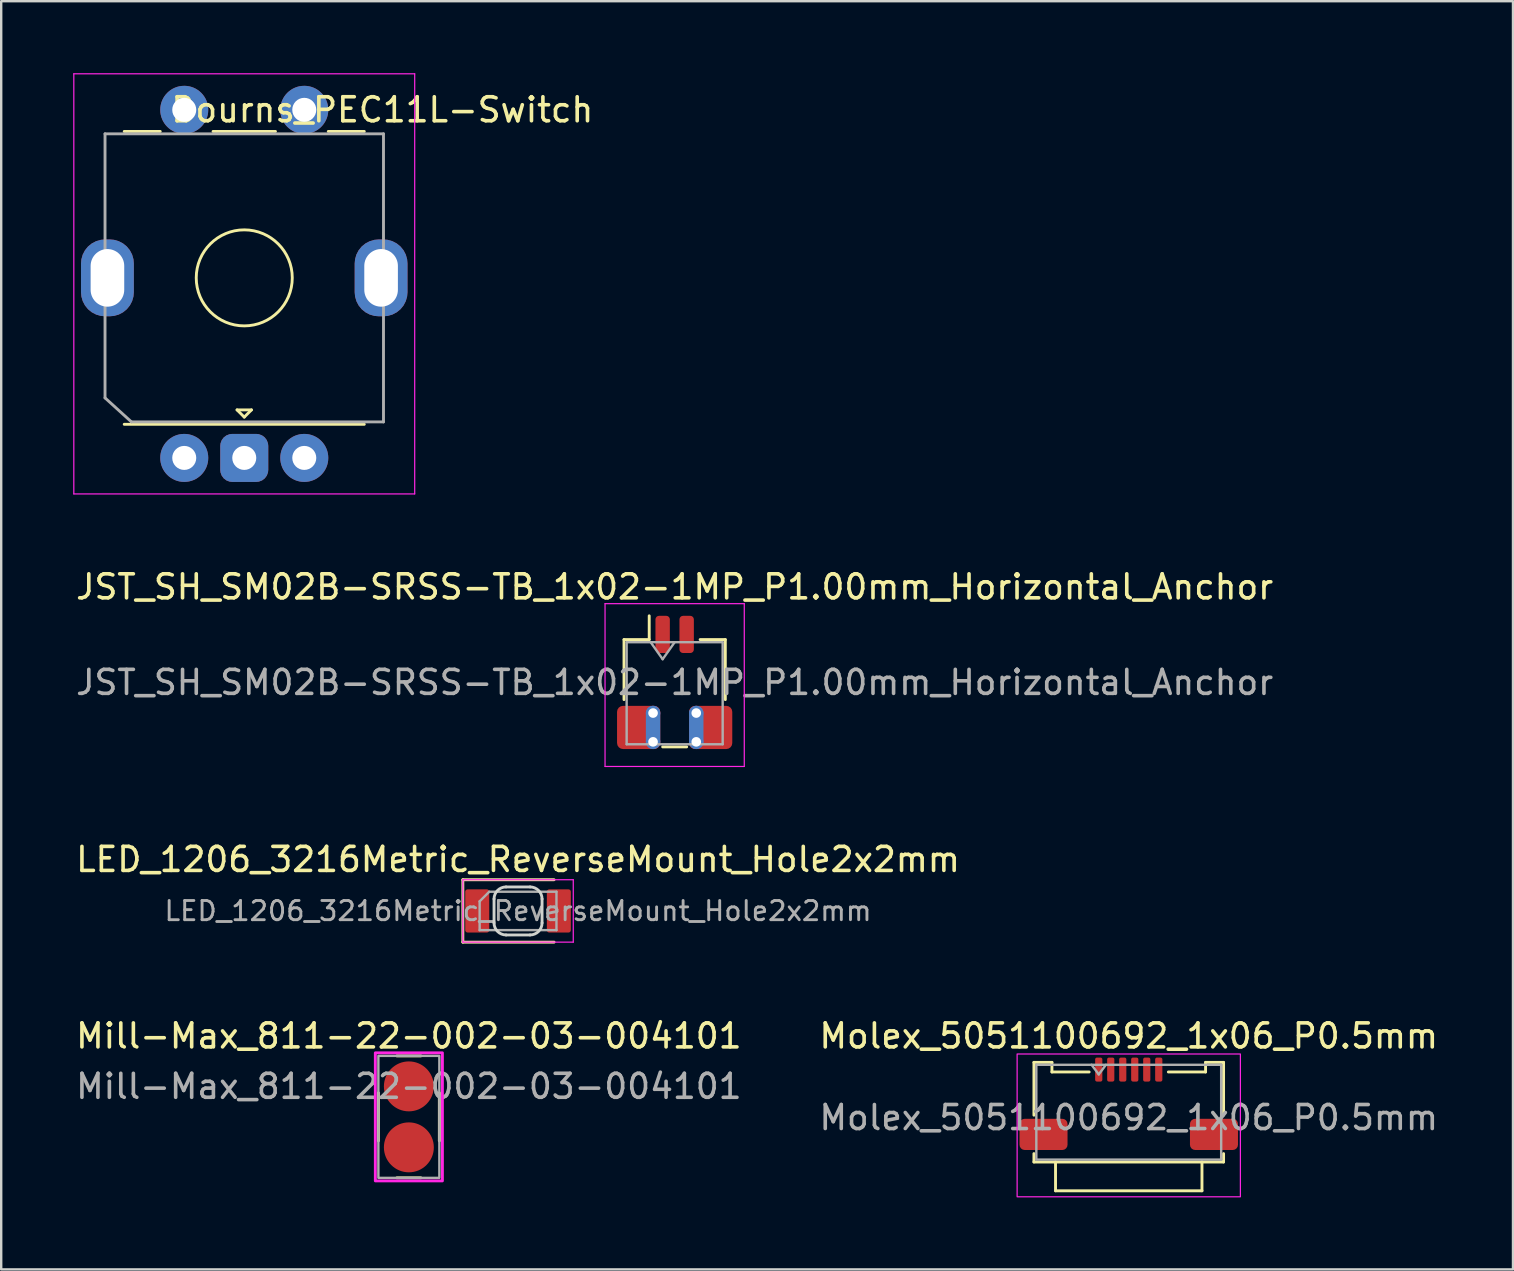
<source format=kicad_pcb>
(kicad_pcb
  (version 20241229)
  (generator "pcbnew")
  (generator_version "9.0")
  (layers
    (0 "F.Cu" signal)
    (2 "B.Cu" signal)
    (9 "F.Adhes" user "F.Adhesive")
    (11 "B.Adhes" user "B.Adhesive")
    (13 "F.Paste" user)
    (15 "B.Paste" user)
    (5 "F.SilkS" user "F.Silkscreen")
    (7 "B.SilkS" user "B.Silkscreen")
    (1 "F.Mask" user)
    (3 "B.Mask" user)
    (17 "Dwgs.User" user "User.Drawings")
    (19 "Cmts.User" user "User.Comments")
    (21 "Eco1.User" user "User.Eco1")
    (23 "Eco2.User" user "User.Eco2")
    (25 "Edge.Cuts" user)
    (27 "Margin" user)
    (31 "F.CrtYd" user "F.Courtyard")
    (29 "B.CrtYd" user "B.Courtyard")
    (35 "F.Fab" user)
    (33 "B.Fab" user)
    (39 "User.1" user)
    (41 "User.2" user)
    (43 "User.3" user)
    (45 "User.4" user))
  (footprint "Bourns_PEC11L-Switch"
    (layer "F.Cu")
    (at 7.125 8.525)
    (property "Reference" "Bourns_PEC11L-Switch" (at 5.75 -7 180) (layer "F.SilkS") (effects (font (size 1 1) (thickness 0.15))))
    (attr through_hole)
    (fp_line (start -5 -6.1) (end -3.5 -6.1) (stroke (width 0.12) (type solid)) (layer "F.SilkS"))
    (fp_line (start -5 6.1) (end 5 6.1) (stroke (width 0.12) (type solid)) (layer "F.SilkS"))
    (fp_line (start -1.3 -6.1) (end 1.3 -6.1) (stroke (width 0.12) (type solid)) (layer "F.SilkS"))
    (fp_line (start -0.3 5.5) (end 0.3 5.5) (stroke (width 0.12) (type solid)) (layer "F.SilkS"))
    (fp_line (start 0 5.8) (end -0.3 5.5) (stroke (width 0.12) (type solid)) (layer "F.SilkS"))
    (fp_line (start 0.3 5.5) (end 0 5.8) (stroke (width 0.12) (type solid)) (layer "F.SilkS"))
    (fp_line (start 3.5 -6.1) (end 5 -6.1) (stroke (width 0.12) (type solid)) (layer "F.SilkS"))
    (fp_circle (center 0 0) (end 0 -2) (stroke (width 0.12) (type solid)) (fill no) (layer "F.SilkS"))
    (fp_line (start -7.1 9) (end -7.1 -8.5) (stroke (width 0.05) (type solid)) (layer "F.CrtYd"))
    (fp_line (start -7.1 9) (end 7.1 9) (stroke (width 0.05) (type solid)) (layer "F.CrtYd"))
    (fp_line (start 7.1 -8.5) (end -7.1 -8.5) (stroke (width 0.05) (type solid)) (layer "F.CrtYd"))
    (fp_line (start 7.1 -8.5) (end 7.1 9) (stroke (width 0.05) (type solid)) (layer "F.CrtYd"))
    (fp_line (start -5.8 -6) (end 5.8 -6) (stroke (width 0.12) (type solid)) (layer "F.Fab"))
    (fp_line (start -5.8 5) (end -5.8 -6) (stroke (width 0.12) (type solid)) (layer "F.Fab"))
    (fp_line (start -4.7 6) (end -5.8 5) (stroke (width 0.12) (type solid)) (layer "F.Fab"))
    (fp_line (start 5.8 -6) (end 5.8 6) (stroke (width 0.12) (type solid)) (layer "F.Fab"))
    (fp_line (start 5.8 6) (end -4.7 6) (stroke (width 0.12) (type solid)) (layer "F.Fab"))
    (pad "A" thru_hole circle (at -2.5 7.5 90) (size 2 2) (drill 1) (layers "*.Cu" "F.Mask"))
    (pad "B" thru_hole circle (at 2.5 7.5 90) (size 2 2) (drill 1) (layers "*.Cu" "F.Mask"))
    (pad "C" thru_hole roundrect (at 0 7.5 90) (size 2 2) (drill 1) (layers "*.Cu" "F.Mask") (roundrect_rratio 0.25))
    (pad "MP" thru_hole roundrect (at -5.7 0 90) (size 3.2 2.2) (drill oval 2.4 1.4) (layers "*.Cu" "*.Mask") (roundrect_rratio 0.455))
    (pad "MP" thru_hole roundrect (at 5.7 0 90) (size 3.2 2.2) (drill oval 2.4 1.4) (layers "*.Cu" "*.Mask") (roundrect_rratio 0.455))
    (pad "S1" thru_hole circle (at 2.5 -7 90) (size 2 2) (drill 1) (layers "*.Cu" "F.Mask"))
    (pad "S2" thru_hole circle (at -2.5 -7 90) (size 2 2) (drill 1) (layers "*.Cu" "F.Mask")))
  (footprint "Mill-Max_811-22-002-03-004101"
    (layer "F.Cu")
    (at 13.982 42.205)
    (property "Reference" "Mill-Max_811-22-002-03-004101" (at 0 -2.1 0) (layer "F.SilkS") (effects (font (size 1 1) (thickness 0.15))))
    (attr smd)
    (fp_line (start -1.27 2.27) (end -1.27 0.27) (stroke (width 0.12) (type default)) (layer "F.SilkS"))
    (fp_line (start -0.5 -1.27) (end 0.5 -1.27) (stroke (width 0.12) (type default)) (layer "F.SilkS"))
    (fp_line (start -0.5 3.81) (end 0.5 3.81) (stroke (width 0.12) (type default)) (layer "F.SilkS"))
    (fp_line (start 1.27 2.27) (end 1.27 0.27) (stroke (width 0.12) (type default)) (layer "F.SilkS"))
    (fp_rect (start 1.397 -1.397) (end -1.397 3.937) (stroke (width 0.12) (type solid)) (fill no) (layer "F.CrtYd"))
    (fp_rect (start -1.27 -1.27) (end 1.27 3.81) (stroke (width 0.1) (type solid)) (fill no) (layer "F.Fab"))
    (fp_text user "${REFERENCE}" (at 0 0 180) (layer "F.Fab") (effects (font (size 1 1) (thickness 0.15))))
    (pad "1" smd circle (at 0 0) (size 2.08 2.08) (layers "F.Cu" "F.Mask" "F.Paste"))
    (pad "2" smd circle (at 0 2.54) (size 2.08 2.08) (layers "F.Cu" "F.Mask" "F.Paste")))
  (footprint "Molex_5051100692_1x06_P0.5mm"
    (layer "F.Cu")
    (at 43.97 43.505)
    (property "Reference" "Molex_5051100692_1x06_P0.5mm" (at 0 -3.4 0) (layer "F.SilkS") (effects (font (size 1 1) (thickness 0.15))))
    (attr smd)
    (fp_line (start -3.95 -2.3) (end -3.95 -0.1) (stroke (width 0.12) (type default)) (layer "F.SilkS"))
    (fp_line (start -3.95 -2.3) (end -3.2 -2.3) (stroke (width 0.12) (type default)) (layer "F.SilkS"))
    (fp_line (start -3.95 1.85) (end -3.95 1.5) (stroke (width 0.12) (type default)) (layer "F.SilkS"))
    (fp_line (start -3.95 1.85) (end -3.05 1.85) (stroke (width 0.12) (type default)) (layer "F.SilkS"))
    (fp_line (start -3.2 -2.3) (end -3.2 -1.9) (stroke (width 0.12) (type default)) (layer "F.SilkS"))
    (fp_line (start -3.2 -1.9) (end -1.65 -1.9) (stroke (width 0.12) (type default)) (layer "F.SilkS"))
    (fp_line (start -3.05 1.85) (end 3.05 1.85) (stroke (width 0.12) (type default)) (layer "F.SilkS"))
    (fp_line (start -3.05 3.05) (end -3.05 1.85) (stroke (width 0.12) (type default)) (layer "F.SilkS"))
    (fp_line (start 3.05 3.05) (end -3.05 3.05) (stroke (width 0.12) (type default)) (layer "F.SilkS"))
    (fp_line (start 3.05 3.05) (end 3.05 1.85) (stroke (width 0.12) (type default)) (layer "F.SilkS"))
    (fp_line (start 3.2 -2.3) (end 3.2 -1.9) (stroke (width 0.12) (type default)) (layer "F.SilkS"))
    (fp_line (start 3.2 -1.9) (end 1.65 -1.9) (stroke (width 0.12) (type default)) (layer "F.SilkS"))
    (fp_line (start 3.95 -2.3) (end 3.2 -2.3) (stroke (width 0.12) (type default)) (layer "F.SilkS"))
    (fp_line (start 3.95 -2.3) (end 3.95 -0.1) (stroke (width 0.12) (type default)) (layer "F.SilkS"))
    (fp_line (start 3.95 1.85) (end 3.05 1.85) (stroke (width 0.12) (type default)) (layer "F.SilkS"))
    (fp_line (start 3.95 1.85) (end 3.95 1.5) (stroke (width 0.12) (type default)) (layer "F.SilkS"))
    (fp_rect (start -4.65 -2.65) (end 4.65 3.3) (stroke (width 0.05) (type default)) (fill no) (layer "F.CrtYd"))
    (fp_line (start -3.85 -2.2) (end -3.85 1.75) (stroke (width 0.1) (type solid)) (layer "F.Fab"))
    (fp_line (start -3.85 -2.2) (end 3.85 -2.2) (stroke (width 0.1) (type solid)) (layer "F.Fab"))
    (fp_line (start -3.85 1.75) (end 3.85 1.75) (stroke (width 0.1) (type solid)) (layer "F.Fab"))
    (fp_line (start -1.55 -2.2) (end -1.25 -1.8) (stroke (width 0.1) (type solid)) (layer "F.Fab"))
    (fp_line (start -1.25 -1.8) (end -0.95 -2.2) (stroke (width 0.1) (type solid)) (layer "F.Fab"))
    (fp_line (start 3.85 -2.2) (end 3.85 1.75) (stroke (width 0.1) (type solid)) (layer "F.Fab"))
    (fp_text user "${REFERENCE}" (at 0 0 0) (layer "F.Fab") (effects (font (size 1 1) (thickness 0.15))))
    (pad "1" smd roundrect (at -1.25 -2) (size 0.3 1) (layers "F.Cu" "F.Mask" "F.Paste") (roundrect_rratio 0.25))
    (pad "2" smd roundrect (at -0.75 -2) (size 0.3 1) (layers "F.Cu" "F.Mask" "F.Paste") (roundrect_rratio 0.25))
    (pad "3" smd roundrect (at -0.25 -2) (size 0.3 1) (layers "F.Cu" "F.Mask" "F.Paste") (roundrect_rratio 0.25))
    (pad "4" smd roundrect (at 0.25 -2) (size 0.3 1) (layers "F.Cu" "F.Mask" "F.Paste") (roundrect_rratio 0.25))
    (pad "5" smd roundrect (at 0.75 -2) (size 0.3 1) (layers "F.Cu" "F.Mask" "F.Paste") (roundrect_rratio 0.25))
    (pad "6" smd roundrect (at 1.25 -2) (size 0.3 1) (layers "F.Cu" "F.Mask" "F.Paste") (roundrect_rratio 0.25))
    (pad "MP" smd roundrect (at -3.55 0.7) (size 2 1.3) (layers "F.Cu" "F.Mask" "F.Paste") (roundrect_rratio 0.167))
    (pad "MP" smd roundrect (at 3.55 0.7) (size 2 1.3) (layers "F.Cu" "F.Mask" "F.Paste") (roundrect_rratio 0.167)))
  (footprint "LED_1206_3216Metric_ReverseMount_Hole2x2mm"
    (layer "F.Cu")
    (at 18.53 34.897)
    (property "Reference" "LED_1206_3216Metric_ReverseMount_Hole2x2mm" (at 0 -2.145 0) (layer "F.SilkS") (effects (font (size 1 1) (thickness 0.15))))
    (attr smd)
    (fp_line (start -2.3 -1.3) (end -2.3 1.3) (stroke (width 0.12) (type solid)) (layer "F.SilkS"))
    (fp_line (start -2.3 1.3) (end 1.5 1.3) (stroke (width 0.12) (type solid)) (layer "F.SilkS"))
    (fp_line (start 1.5 -1.3) (end -2.3 -1.3) (stroke (width 0.12) (type solid)) (layer "F.SilkS"))
    (fp_line (start -1 0.5) (end -1 -0.5) (stroke (width 0.12) (type default)) (layer "Edge.Cuts"))
    (fp_line (start -0.5 -1) (end 0.5 -1) (stroke (width 0.12) (type default)) (layer "Edge.Cuts"))
    (fp_line (start 0.5 1) (end -0.5 1) (stroke (width 0.12) (type default)) (layer "Edge.Cuts"))
    (fp_line (start 1 -0.5) (end 1 0.5) (stroke (width 0.12) (type default)) (layer "Edge.Cuts"))
    (fp_arc (start -1 -0.5) (mid -0.853554 -0.853554) (end -0.5 -1) (stroke (width 0.12) (type default)) (layer "Edge.Cuts"))
    (fp_arc (start -0.5 1) (mid -0.853553 0.853553) (end -1 0.5) (stroke (width 0.12) (type default)) (layer "Edge.Cuts"))
    (fp_arc (start 0.5 -1) (mid 0.853553 -0.853553) (end 1 -0.5) (stroke (width 0.12) (type default)) (layer "Edge.Cuts"))
    (fp_arc (start 1 0.5) (mid 0.853553 0.853553) (end 0.5 1) (stroke (width 0.12) (type default)) (layer "Edge.Cuts"))
    (fp_line (start -2.3 -1.3) (end 2.3 -1.3) (stroke (width 0.05) (type solid)) (layer "F.CrtYd"))
    (fp_line (start -2.3 1.3) (end -2.3 -1.3) (stroke (width 0.05) (type solid)) (layer "F.CrtYd"))
    (fp_line (start 2.3 -1.3) (end 2.3 1.3) (stroke (width 0.05) (type solid)) (layer "F.CrtYd"))
    (fp_line (start 2.3 1.3) (end -2.3 1.3) (stroke (width 0.05) (type solid)) (layer "F.CrtYd"))
    (fp_line (start -1.6 -0.4) (end -1.6 0.8) (stroke (width 0.1) (type solid)) (layer "F.Fab"))
    (fp_line (start -1.6 0.8) (end 1.6 0.8) (stroke (width 0.1) (type solid)) (layer "F.Fab"))
    (fp_line (start -1.2 -0.8) (end -1.6 -0.4) (stroke (width 0.1) (type solid)) (layer "F.Fab"))
    (fp_line (start 1.6 -0.8) (end -1.2 -0.8) (stroke (width 0.1) (type solid)) (layer "F.Fab"))
    (fp_line (start 1.6 0.8) (end 1.6 -0.8) (stroke (width 0.1) (type solid)) (layer "F.Fab"))
    (fp_text user "${REFERENCE}" (at 0 0 0) (layer "F.Fab") (effects (font (size 0.8 0.8) (thickness 0.12))))
    (pad "1" smd roundrect (at -1.7 0) (size 1 1.8) (layers "F.Cu" "F.Mask" "F.Paste") (roundrect_rratio 0.1))
    (pad "2" smd roundrect (at 1.7 0) (size 1 1.8) (layers "F.Cu" "F.Mask" "F.Paste") (roundrect_rratio 0.1)))
  (footprint "JST_SH_SM02B-SRSS-TB_1x02-1MP_P1.00mm_Horizontal_Anchor"
    (layer "F.Cu")
    (at 25.054 25.378)
    (property "Reference" "JST_SH_SM02B-SRSS-TB_1x02-1MP_P1.00mm_Horizontal_Anchor" (at 0 -3.98 0) (layer "F.SilkS") (effects (font (size 1 1) (thickness 0.15))))
    (attr smd)
    (fp_line (start -2.11 -1.785) (end -1.06 -1.785) (stroke (width 0.12) (type solid)) (layer "F.SilkS"))
    (fp_line (start -2.11 0.715) (end -2.11 -1.785) (stroke (width 0.12) (type solid)) (layer "F.SilkS"))
    (fp_line (start -1.06 -1.785) (end -1.06 -2.775) (stroke (width 0.12) (type solid)) (layer "F.SilkS"))
    (fp_line (start -0.5 2.685) (end 0.5 2.685) (stroke (width 0.12) (type solid)) (layer "F.SilkS"))
    (fp_line (start 2.11 -1.785) (end 1.06 -1.785) (stroke (width 0.12) (type solid)) (layer "F.SilkS"))
    (fp_line (start 2.11 0.715) (end 2.11 -1.785) (stroke (width 0.12) (type solid)) (layer "F.SilkS"))
    (fp_line (start -2.9 -3.28) (end -2.9 3.5) (stroke (width 0.05) (type solid)) (layer "F.CrtYd"))
    (fp_line (start -2.9 3.5) (end 2.9 3.5) (stroke (width 0.05) (type solid)) (layer "F.CrtYd"))
    (fp_line (start 2.9 -3.28) (end -2.9 -3.28) (stroke (width 0.05) (type solid)) (layer "F.CrtYd"))
    (fp_line (start 2.9 3.5) (end 2.9 -3.28) (stroke (width 0.05) (type solid)) (layer "F.CrtYd"))
    (fp_line (start -2 -1.675) (end -2 2.575) (stroke (width 0.1) (type solid)) (layer "F.Fab"))
    (fp_line (start -2 -1.675) (end 2 -1.675) (stroke (width 0.1) (type solid)) (layer "F.Fab"))
    (fp_line (start -2 2.575) (end 2 2.575) (stroke (width 0.1) (type solid)) (layer "F.Fab"))
    (fp_line (start -1 -1.675) (end -0.5 -0.968) (stroke (width 0.1) (type solid)) (layer "F.Fab"))
    (fp_line (start -0.5 -0.968) (end 0 -1.675) (stroke (width 0.1) (type solid)) (layer "F.Fab"))
    (fp_line (start 2 -1.675) (end 2 2.575) (stroke (width 0.1) (type solid)) (layer "F.Fab"))
    (fp_text user "${REFERENCE}" (at 0 0 0) (layer "F.Fab") (effects (font (size 1 1) (thickness 0.15))))
    (pad "" smd roundrect (at -1.8 1.875) (size 1.2 1.8) (layers "F.Mask" "F.Paste") (roundrect_rratio 0.208))
    (pad "" smd roundrect (at 1.8 1.875) (size 1.2 1.8) (layers "F.Mask" "F.Paste") (roundrect_rratio 0.208))
    (pad "1" smd roundrect (at -0.5 -2) (size 0.6 1.55) (layers "F.Cu" "F.Mask" "F.Paste") (roundrect_rratio 0.25))
    (pad "2" smd roundrect (at 0.5 -2) (size 0.6 1.55) (layers "F.Cu" "F.Mask" "F.Paste") (roundrect_rratio 0.25))
    (pad "MP" smd roundrect (at -1.5 1.875) (size 1.8 1.8) (layers "F.Cu") (roundrect_rratio 0.139))
    (pad "MP" thru_hole circle (at -0.9 1.275) (size 0.6 0.6) (drill 0.4) (layers "*.Cu"))
    (pad "MP" smd roundrect (at -0.9 1.875) (size 0.6 1.8) (layers "B.Cu") (roundrect_rratio 0.5))
    (pad "MP" thru_hole circle (at -0.9 2.475) (size 0.6 0.6) (drill 0.4) (layers "*.Cu"))
    (pad "MP" thru_hole circle (at 0.9 1.275) (size 0.6 0.6) (drill 0.4) (layers "*.Cu"))
    (pad "MP" smd roundrect (at 0.9 1.875) (size 0.6 1.8) (layers "B.Cu") (roundrect_rratio 0.5))
    (pad "MP" thru_hole circle (at 0.9 2.475) (size 0.6 0.6) (drill 0.4) (layers "*.Cu"))
    (pad "MP" smd roundrect (at 1.5 1.875) (size 1.8 1.8) (layers "F.Cu") (roundrect_rratio 0.139)))
  (gr_rect
    (start -3 -3)
    (end 59.976 49.83)
    (stroke (width 0.1) (type default))
    (fill no)
    (layer "Edge.Cuts")))
</source>
